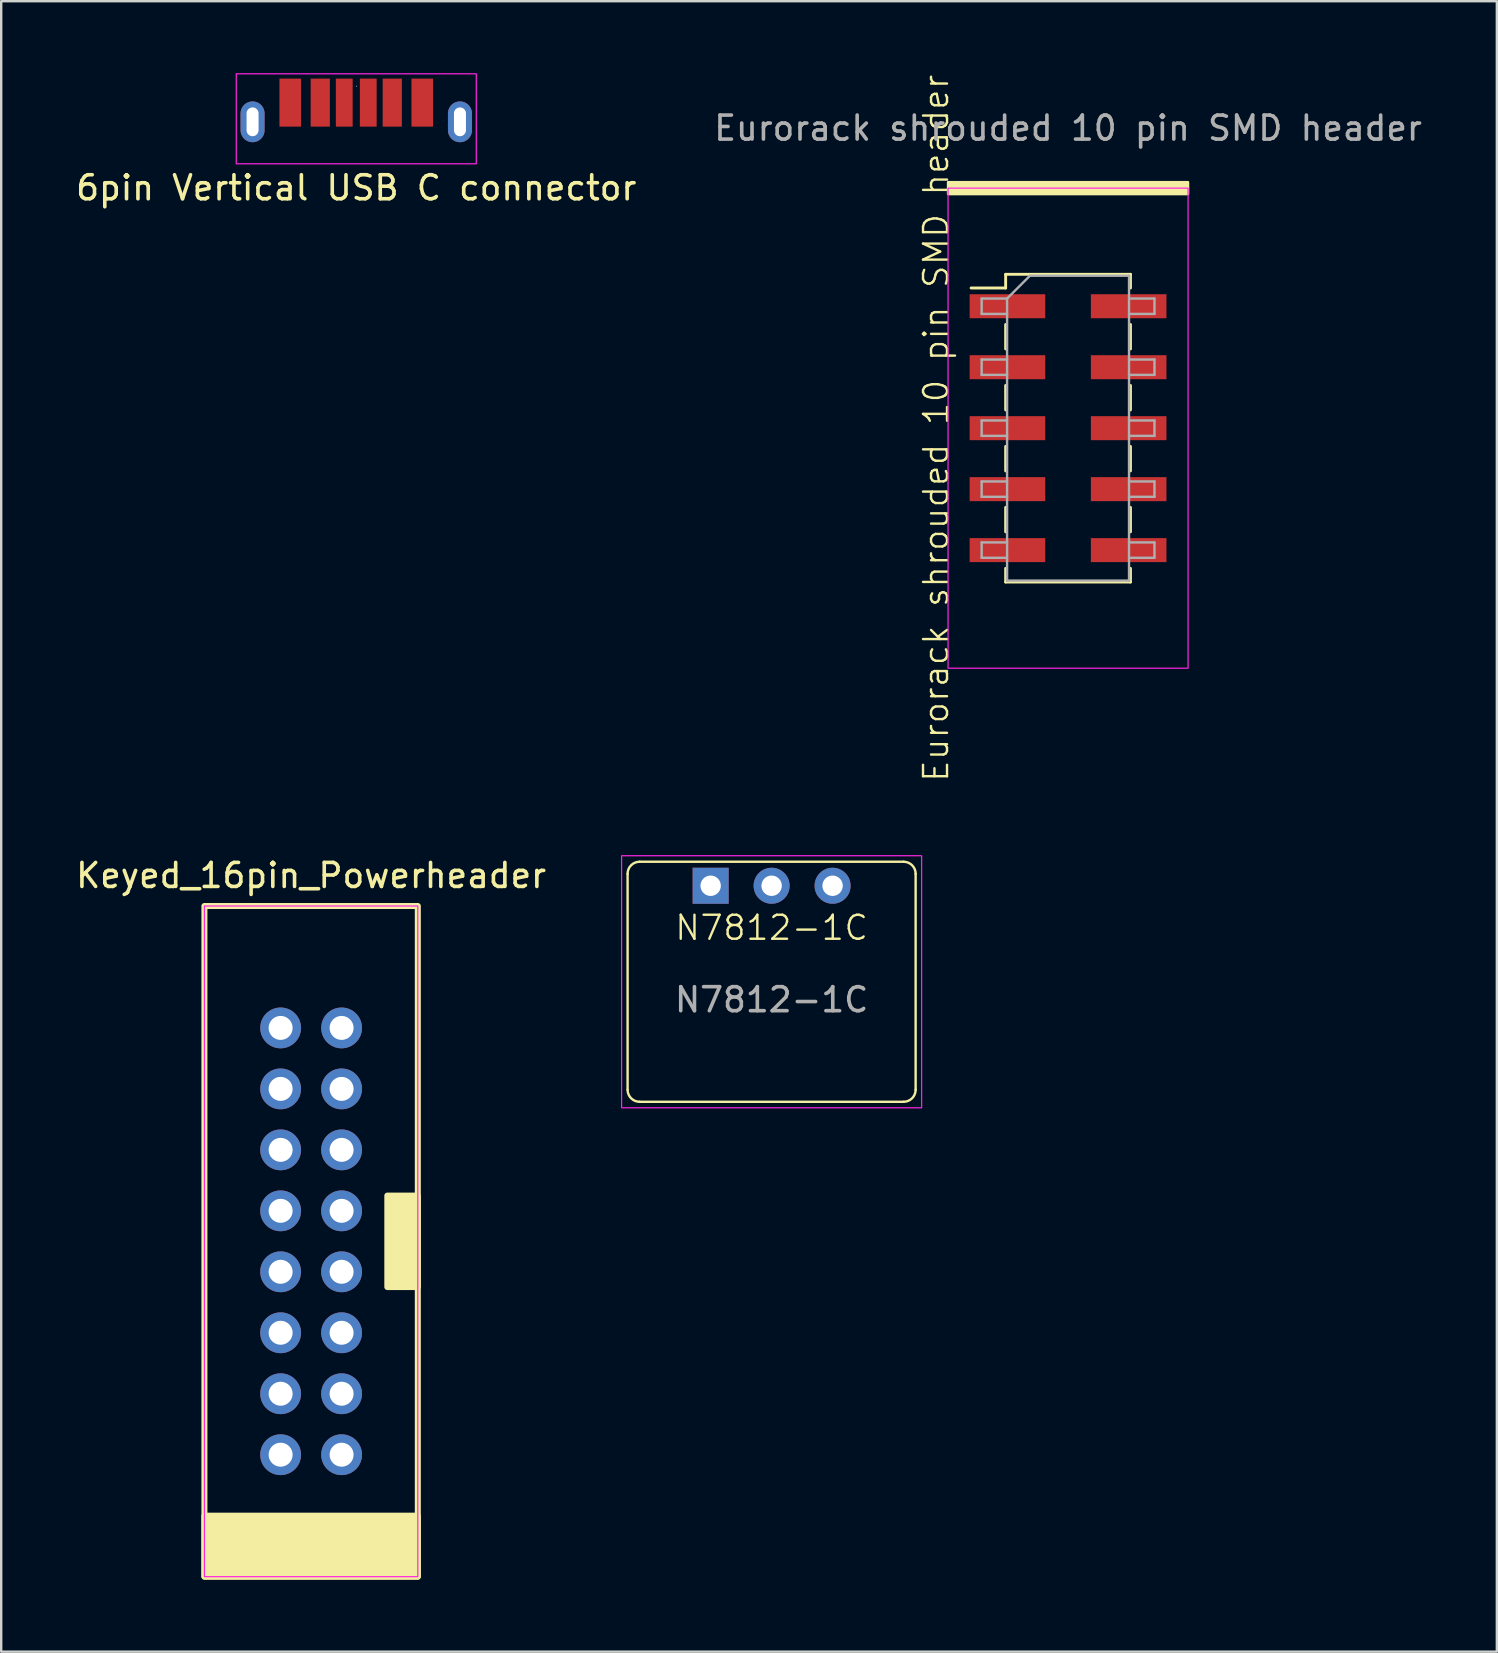
<source format=kicad_pcb>
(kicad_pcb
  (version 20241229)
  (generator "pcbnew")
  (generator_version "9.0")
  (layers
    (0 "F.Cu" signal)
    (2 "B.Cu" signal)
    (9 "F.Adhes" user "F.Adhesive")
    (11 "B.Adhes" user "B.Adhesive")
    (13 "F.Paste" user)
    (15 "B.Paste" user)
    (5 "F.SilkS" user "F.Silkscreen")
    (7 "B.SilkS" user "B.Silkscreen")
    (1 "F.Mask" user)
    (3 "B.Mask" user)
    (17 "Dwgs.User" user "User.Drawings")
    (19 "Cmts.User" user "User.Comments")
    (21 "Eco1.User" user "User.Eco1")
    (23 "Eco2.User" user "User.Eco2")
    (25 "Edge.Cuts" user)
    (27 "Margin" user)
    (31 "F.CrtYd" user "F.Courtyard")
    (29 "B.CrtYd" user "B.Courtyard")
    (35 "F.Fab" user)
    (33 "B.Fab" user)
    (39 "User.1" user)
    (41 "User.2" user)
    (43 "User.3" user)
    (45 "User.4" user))
  (footprint "6pin Vertical USB C connector"
    (layer "F.Cu")
    (at 11.792 2.025)
    (property "Reference" "6pin Vertical USB C connector" (at 0 2.75 0) (unlocked yes) (layer "F.SilkS") (effects (font (size 1 1) (thickness 0.15))))
    (attr smd)
    (fp_rect (start -5 -2) (end 5 1.75) (stroke (width 0.05) (type default)) (fill no) (layer "F.CrtYd"))
    (fp_line (start 0 -1.486) (end 0 -1.486) (stroke (width 0.025) (type solid)) (layer "F.Fab"))
    (fp_line (start 0 -1.486) (end 0 -1.486) (stroke (width 0.025) (type solid)) (layer "F.Fab"))
    (fp_line (start 0 -1.486) (end 0 -1.486) (stroke (width 0.025) (type solid)) (layer "F.Fab"))
    (fp_line (start 0 -1.486) (end 0 -1.486) (stroke (width 0.025) (type solid)) (layer "F.Fab"))
    (pad "7" thru_hole oval (at -4.32 0) (size 1 1.7) (drill oval 0.5 1.2) (layers "*.Cu" "*.Mask"))
    (pad "8" thru_hole oval (at 4.32 0) (size 1 1.7) (drill oval 0.5 1.2) (layers "*.Cu" "*.Mask"))
    (pad "A5" smd rect (at 0.5 -0.8) (size 0.7 2) (layers "F.Cu" "F.Mask" "F.Paste"))
    (pad "A9" smd rect (at -1.5 -0.8) (size 0.8 2) (layers "F.Cu" "F.Mask" "F.Paste"))
    (pad "A12" smd rect (at -2.75 -0.8) (size 0.9 2) (layers "F.Cu" "F.Mask" "F.Paste"))
    (pad "B5" smd rect (at -0.5 -0.8) (size 0.7 2) (layers "F.Cu" "F.Mask" "F.Paste"))
    (pad "B9" smd rect (at 1.5 -0.8) (size 0.8 2) (layers "F.Cu" "F.Mask" "F.Paste"))
    (pad "B12" smd rect (at 2.75 -0.8) (size 0.9 2) (layers "F.Cu" "F.Mask" "F.Paste")))
  (footprint "N7812-1C"
    (layer "F.Cu")
    (at 29.096 33.851)
    (property "Reference" "N7812-1C" (at 0 1.75 0) (unlocked yes) (layer "F.SilkS") (effects (font (size 1 1) (thickness 0.1))))
    (attr through_hole)
    (fp_line (start -6 8.5) (end -6 -0.5) (stroke (width 0.1) (type default)) (layer "F.SilkS"))
    (fp_line (start -5.5 -1) (end 5.5 -1) (stroke (width 0.1) (type default)) (layer "F.SilkS"))
    (fp_line (start 5.5 9) (end -5.5 9) (stroke (width 0.1) (type default)) (layer "F.SilkS"))
    (fp_line (start 6 -0.5) (end 6 8.5) (stroke (width 0.1) (type default)) (layer "F.SilkS"))
    (fp_arc (start -6 -0.5) (mid -5.853553 -0.853553) (end -5.5 -1) (stroke (width 0.1) (type default)) (layer "F.SilkS"))
    (fp_arc (start -5.5 9) (mid -5.853553 8.853553) (end -6 8.5) (stroke (width 0.1) (type default)) (layer "F.SilkS"))
    (fp_arc (start 5.5 -1) (mid 5.853553 -0.853553) (end 6 -0.5) (stroke (width 0.1) (type default)) (layer "F.SilkS"))
    (fp_arc (start 6 8.5) (mid 5.853553 8.853553) (end 5.5 9) (stroke (width 0.1) (type default)) (layer "F.SilkS"))
    (fp_rect (start -6.25 -1.25) (end 6.25 9.25) (stroke (width 0.05) (type default)) (fill no) (layer "F.CrtYd"))
    (fp_text user "${REFERENCE}" (at 0 4.75 0) (unlocked yes) (layer "F.Fab") (effects (font (size 1 1) (thickness 0.15))))
    (pad "1" thru_hole rect (at -2.54 0) (size 1.5 1.5) (drill 0.85) (layers "*.Cu" "*.Mask"))
    (pad "2" thru_hole circle (at 0 0) (size 1.5 1.5) (drill 0.85) (layers "*.Cu" "*.Mask"))
    (pad "3" thru_hole circle (at 2.54 0) (size 1.5 1.5) (drill 0.85) (layers "*.Cu" "*.Mask")))
  (footprint "Eurorack shrouded 10 pin SMD header"
    (layer "F.Cu")
    (at 41.446 14.788)
    (property "Reference" "Eurorack shrouded 10 pin SMD header" (at -5.5 0 90) (unlocked yes) (layer "F.SilkS") (effects (font (size 1 1) (thickness 0.1))))
    (attr smd)
    (fp_line (start -4.04 -5.84) (end -2.6 -5.84) (stroke (width 0.12) (type solid)) (layer "F.SilkS"))
    (fp_line (start -2.6 -6.41) (end -2.6 -5.84) (stroke (width 0.12) (type solid)) (layer "F.SilkS"))
    (fp_line (start -2.6 -6.41) (end 2.6 -6.41) (stroke (width 0.12) (type solid)) (layer "F.SilkS"))
    (fp_line (start -2.6 -4.32) (end -2.6 -3.3) (stroke (width 0.12) (type solid)) (layer "F.SilkS"))
    (fp_line (start -2.6 -1.78) (end -2.6 -0.76) (stroke (width 0.12) (type solid)) (layer "F.SilkS"))
    (fp_line (start -2.6 0.76) (end -2.6 1.78) (stroke (width 0.12) (type solid)) (layer "F.SilkS"))
    (fp_line (start -2.6 3.3) (end -2.6 4.32) (stroke (width 0.12) (type solid)) (layer "F.SilkS"))
    (fp_line (start -2.6 5.84) (end -2.6 6.41) (stroke (width 0.12) (type solid)) (layer "F.SilkS"))
    (fp_line (start -2.6 6.41) (end 2.6 6.41) (stroke (width 0.12) (type solid)) (layer "F.SilkS"))
    (fp_line (start 2.6 -6.41) (end 2.6 -5.84) (stroke (width 0.12) (type solid)) (layer "F.SilkS"))
    (fp_line (start 2.6 -4.32) (end 2.6 -3.3) (stroke (width 0.12) (type solid)) (layer "F.SilkS"))
    (fp_line (start 2.6 -1.78) (end 2.6 -0.76) (stroke (width 0.12) (type solid)) (layer "F.SilkS"))
    (fp_line (start 2.6 0.76) (end 2.6 1.78) (stroke (width 0.12) (type solid)) (layer "F.SilkS"))
    (fp_line (start 2.6 3.3) (end 2.6 4.32) (stroke (width 0.12) (type solid)) (layer "F.SilkS"))
    (fp_line (start 2.6 5.84) (end 2.6 6.41) (stroke (width 0.12) (type solid)) (layer "F.SilkS"))
    (fp_rect (start -5 -10.25) (end 5 -9.75) (stroke (width 0.1) (type solid)) (fill yes) (layer "F.SilkS"))
    (fp_rect (start -5 -10) (end 5 10) (stroke (width 0.05) (type default)) (fill no) (layer "F.CrtYd"))
    (fp_line (start -3.6 -5.4) (end -3.6 -4.76) (stroke (width 0.1) (type solid)) (layer "F.Fab"))
    (fp_line (start -3.6 -4.76) (end -2.54 -4.76) (stroke (width 0.1) (type solid)) (layer "F.Fab"))
    (fp_line (start -3.6 -2.86) (end -3.6 -2.22) (stroke (width 0.1) (type solid)) (layer "F.Fab"))
    (fp_line (start -3.6 -2.22) (end -2.54 -2.22) (stroke (width 0.1) (type solid)) (layer "F.Fab"))
    (fp_line (start -3.6 -0.32) (end -3.6 0.32) (stroke (width 0.1) (type solid)) (layer "F.Fab"))
    (fp_line (start -3.6 0.32) (end -2.54 0.32) (stroke (width 0.1) (type solid)) (layer "F.Fab"))
    (fp_line (start -3.6 2.22) (end -3.6 2.86) (stroke (width 0.1) (type solid)) (layer "F.Fab"))
    (fp_line (start -3.6 2.86) (end -2.54 2.86) (stroke (width 0.1) (type solid)) (layer "F.Fab"))
    (fp_line (start -3.6 4.76) (end -3.6 5.4) (stroke (width 0.1) (type solid)) (layer "F.Fab"))
    (fp_line (start -3.6 5.4) (end -2.54 5.4) (stroke (width 0.1) (type solid)) (layer "F.Fab"))
    (fp_line (start -2.54 -5.4) (end -3.6 -5.4) (stroke (width 0.1) (type solid)) (layer "F.Fab"))
    (fp_line (start -2.54 -5.4) (end -1.59 -6.35) (stroke (width 0.1) (type solid)) (layer "F.Fab"))
    (fp_line (start -2.54 -2.86) (end -3.6 -2.86) (stroke (width 0.1) (type solid)) (layer "F.Fab"))
    (fp_line (start -2.54 -0.32) (end -3.6 -0.32) (stroke (width 0.1) (type solid)) (layer "F.Fab"))
    (fp_line (start -2.54 2.22) (end -3.6 2.22) (stroke (width 0.1) (type solid)) (layer "F.Fab"))
    (fp_line (start -2.54 4.76) (end -3.6 4.76) (stroke (width 0.1) (type solid)) (layer "F.Fab"))
    (fp_line (start -2.54 6.35) (end -2.54 -5.4) (stroke (width 0.1) (type solid)) (layer "F.Fab"))
    (fp_line (start -1.59 -6.35) (end 2.54 -6.35) (stroke (width 0.1) (type solid)) (layer "F.Fab"))
    (fp_line (start 2.54 -6.35) (end 2.54 6.35) (stroke (width 0.1) (type solid)) (layer "F.Fab"))
    (fp_line (start 2.54 -5.4) (end 3.6 -5.4) (stroke (width 0.1) (type solid)) (layer "F.Fab"))
    (fp_line (start 2.54 -2.86) (end 3.6 -2.86) (stroke (width 0.1) (type solid)) (layer "F.Fab"))
    (fp_line (start 2.54 -0.32) (end 3.6 -0.32) (stroke (width 0.1) (type solid)) (layer "F.Fab"))
    (fp_line (start 2.54 2.22) (end 3.6 2.22) (stroke (width 0.1) (type solid)) (layer "F.Fab"))
    (fp_line (start 2.54 4.76) (end 3.6 4.76) (stroke (width 0.1) (type solid)) (layer "F.Fab"))
    (fp_line (start 2.54 6.35) (end -2.54 6.35) (stroke (width 0.1) (type solid)) (layer "F.Fab"))
    (fp_line (start 3.6 -5.4) (end 3.6 -4.76) (stroke (width 0.1) (type solid)) (layer "F.Fab"))
    (fp_line (start 3.6 -4.76) (end 2.54 -4.76) (stroke (width 0.1) (type solid)) (layer "F.Fab"))
    (fp_line (start 3.6 -2.86) (end 3.6 -2.22) (stroke (width 0.1) (type solid)) (layer "F.Fab"))
    (fp_line (start 3.6 -2.22) (end 2.54 -2.22) (stroke (width 0.1) (type solid)) (layer "F.Fab"))
    (fp_line (start 3.6 -0.32) (end 3.6 0.32) (stroke (width 0.1) (type solid)) (layer "F.Fab"))
    (fp_line (start 3.6 0.32) (end 2.54 0.32) (stroke (width 0.1) (type solid)) (layer "F.Fab"))
    (fp_line (start 3.6 2.22) (end 3.6 2.86) (stroke (width 0.1) (type solid)) (layer "F.Fab"))
    (fp_line (start 3.6 2.86) (end 2.54 2.86) (stroke (width 0.1) (type solid)) (layer "F.Fab"))
    (fp_line (start 3.6 4.76) (end 3.6 5.4) (stroke (width 0.1) (type solid)) (layer "F.Fab"))
    (fp_line (start 3.6 5.4) (end 2.54 5.4) (stroke (width 0.1) (type solid)) (layer "F.Fab"))
    (fp_text user "${REFERENCE}" (at 0 -12.5 0) (unlocked yes) (layer "F.Fab") (effects (font (size 1 1) (thickness 0.15))))
    (pad "1" smd rect (at -2.525 -5.08) (size 3.15 1) (layers "F.Cu" "F.Mask" "F.Paste"))
    (pad "2" smd rect (at 2.525 -5.08) (size 3.15 1) (layers "F.Cu" "F.Mask" "F.Paste"))
    (pad "3" smd rect (at -2.525 -2.54) (size 3.15 1) (layers "F.Cu" "F.Mask" "F.Paste"))
    (pad "4" smd rect (at 2.525 -2.54) (size 3.15 1) (layers "F.Cu" "F.Mask" "F.Paste"))
    (pad "5" smd rect (at -2.525 0) (size 3.15 1) (layers "F.Cu" "F.Mask" "F.Paste"))
    (pad "6" smd rect (at 2.525 0) (size 3.15 1) (layers "F.Cu" "F.Mask" "F.Paste"))
    (pad "7" smd rect (at -2.525 2.54) (size 3.15 1) (layers "F.Cu" "F.Mask" "F.Paste"))
    (pad "8" smd rect (at 2.525 2.54) (size 3.15 1) (layers "F.Cu" "F.Mask" "F.Paste"))
    (pad "9" smd rect (at -2.525 5.08) (size 3.15 1) (layers "F.Cu" "F.Mask" "F.Paste"))
    (pad "10" smd rect (at 2.525 5.08) (size 3.15 1) (layers "F.Cu" "F.Mask" "F.Paste")))
  (footprint "Keyed_16pin_Powerheader"
    (layer "F.Cu")
    (at 9.911 48.664)
    (property "Reference" "Keyed_16pin_Powerheader" (at 0 -15.24 0) (layer "F.SilkS") (effects (font (size 1 1) (thickness 0.15))))
    (attr through_hole)
    (fp_rect (start -4.445 -13.97) (end 4.445 13.97) (stroke (width 0.25) (type default)) (fill no) (layer "F.SilkS"))
    (fp_rect (start -4.445 11.43) (end 4.445 13.97) (stroke (width 0.25) (type solid)) (fill yes) (layer "F.SilkS"))
    (fp_rect (start 3.175 -1.905) (end 4.445 1.905) (stroke (width 0.25) (type solid)) (fill yes) (layer "F.SilkS"))
    (fp_rect (start -4.445 -13.97) (end 4.445 13.97) (stroke (width 0.05) (type default)) (fill no) (layer "F.CrtYd"))
    (pad "1" thru_hole oval (at -1.27 8.89 180) (size 1.7 1.7) (drill 1) (layers "*.Cu" "*.Mask"))
    (pad "1" thru_hole circle (at 1.27 8.89 180) (size 1.7 1.7) (drill 1) (layers "*.Cu" "*.Mask"))
    (pad "2" thru_hole oval (at -1.27 1.27 180) (size 1.7 1.7) (drill 1) (layers "*.Cu" "*.Mask"))
    (pad "2" thru_hole oval (at -1.27 3.81 180) (size 1.7 1.7) (drill 1) (layers "*.Cu" "*.Mask"))
    (pad "2" thru_hole oval (at -1.27 6.35 180) (size 1.7 1.7) (drill 1) (layers "*.Cu" "*.Mask"))
    (pad "2" thru_hole oval (at 1.27 1.27 180) (size 1.7 1.7) (drill 1) (layers "*.Cu" "*.Mask"))
    (pad "2" thru_hole oval (at 1.27 3.81 180) (size 1.7 1.7) (drill 1) (layers "*.Cu" "*.Mask"))
    (pad "2" thru_hole oval (at 1.27 6.35 180) (size 1.7 1.7) (drill 1) (layers "*.Cu" "*.Mask"))
    (pad "3" thru_hole oval (at -1.27 -1.27 180) (size 1.7 1.7) (drill 1) (layers "*.Cu" "*.Mask"))
    (pad "3" thru_hole oval (at 1.27 -1.27 180) (size 1.7 1.7) (drill 1) (layers "*.Cu" "*.Mask"))
    (pad "4" thru_hole oval (at -1.27 -3.81 180) (size 1.7 1.7) (drill 1) (layers "*.Cu" "*.Mask"))
    (pad "4" thru_hole oval (at 1.27 -3.81 180) (size 1.7 1.7) (drill 1) (layers "*.Cu" "*.Mask"))
    (pad "5" thru_hole oval (at -1.27 -6.35 180) (size 1.7 1.7) (drill 1) (layers "*.Cu" "*.Mask"))
    (pad "5" thru_hole oval (at 1.27 -6.35 180) (size 1.7 1.7) (drill 1) (layers "*.Cu" "*.Mask"))
    (pad "6" thru_hole oval (at -1.27 -8.89 180) (size 1.7 1.7) (drill 1) (layers "*.Cu" "*.Mask"))
    (pad "6" thru_hole oval (at 1.27 -8.89 180) (size 1.7 1.7) (drill 1) (layers "*.Cu" "*.Mask")))
  (gr_rect
    (start -3 -3)
    (end 59.31 65.759)
    (stroke (width 0.1) (type default))
    (fill no)
    (layer "Edge.Cuts")))
</source>
